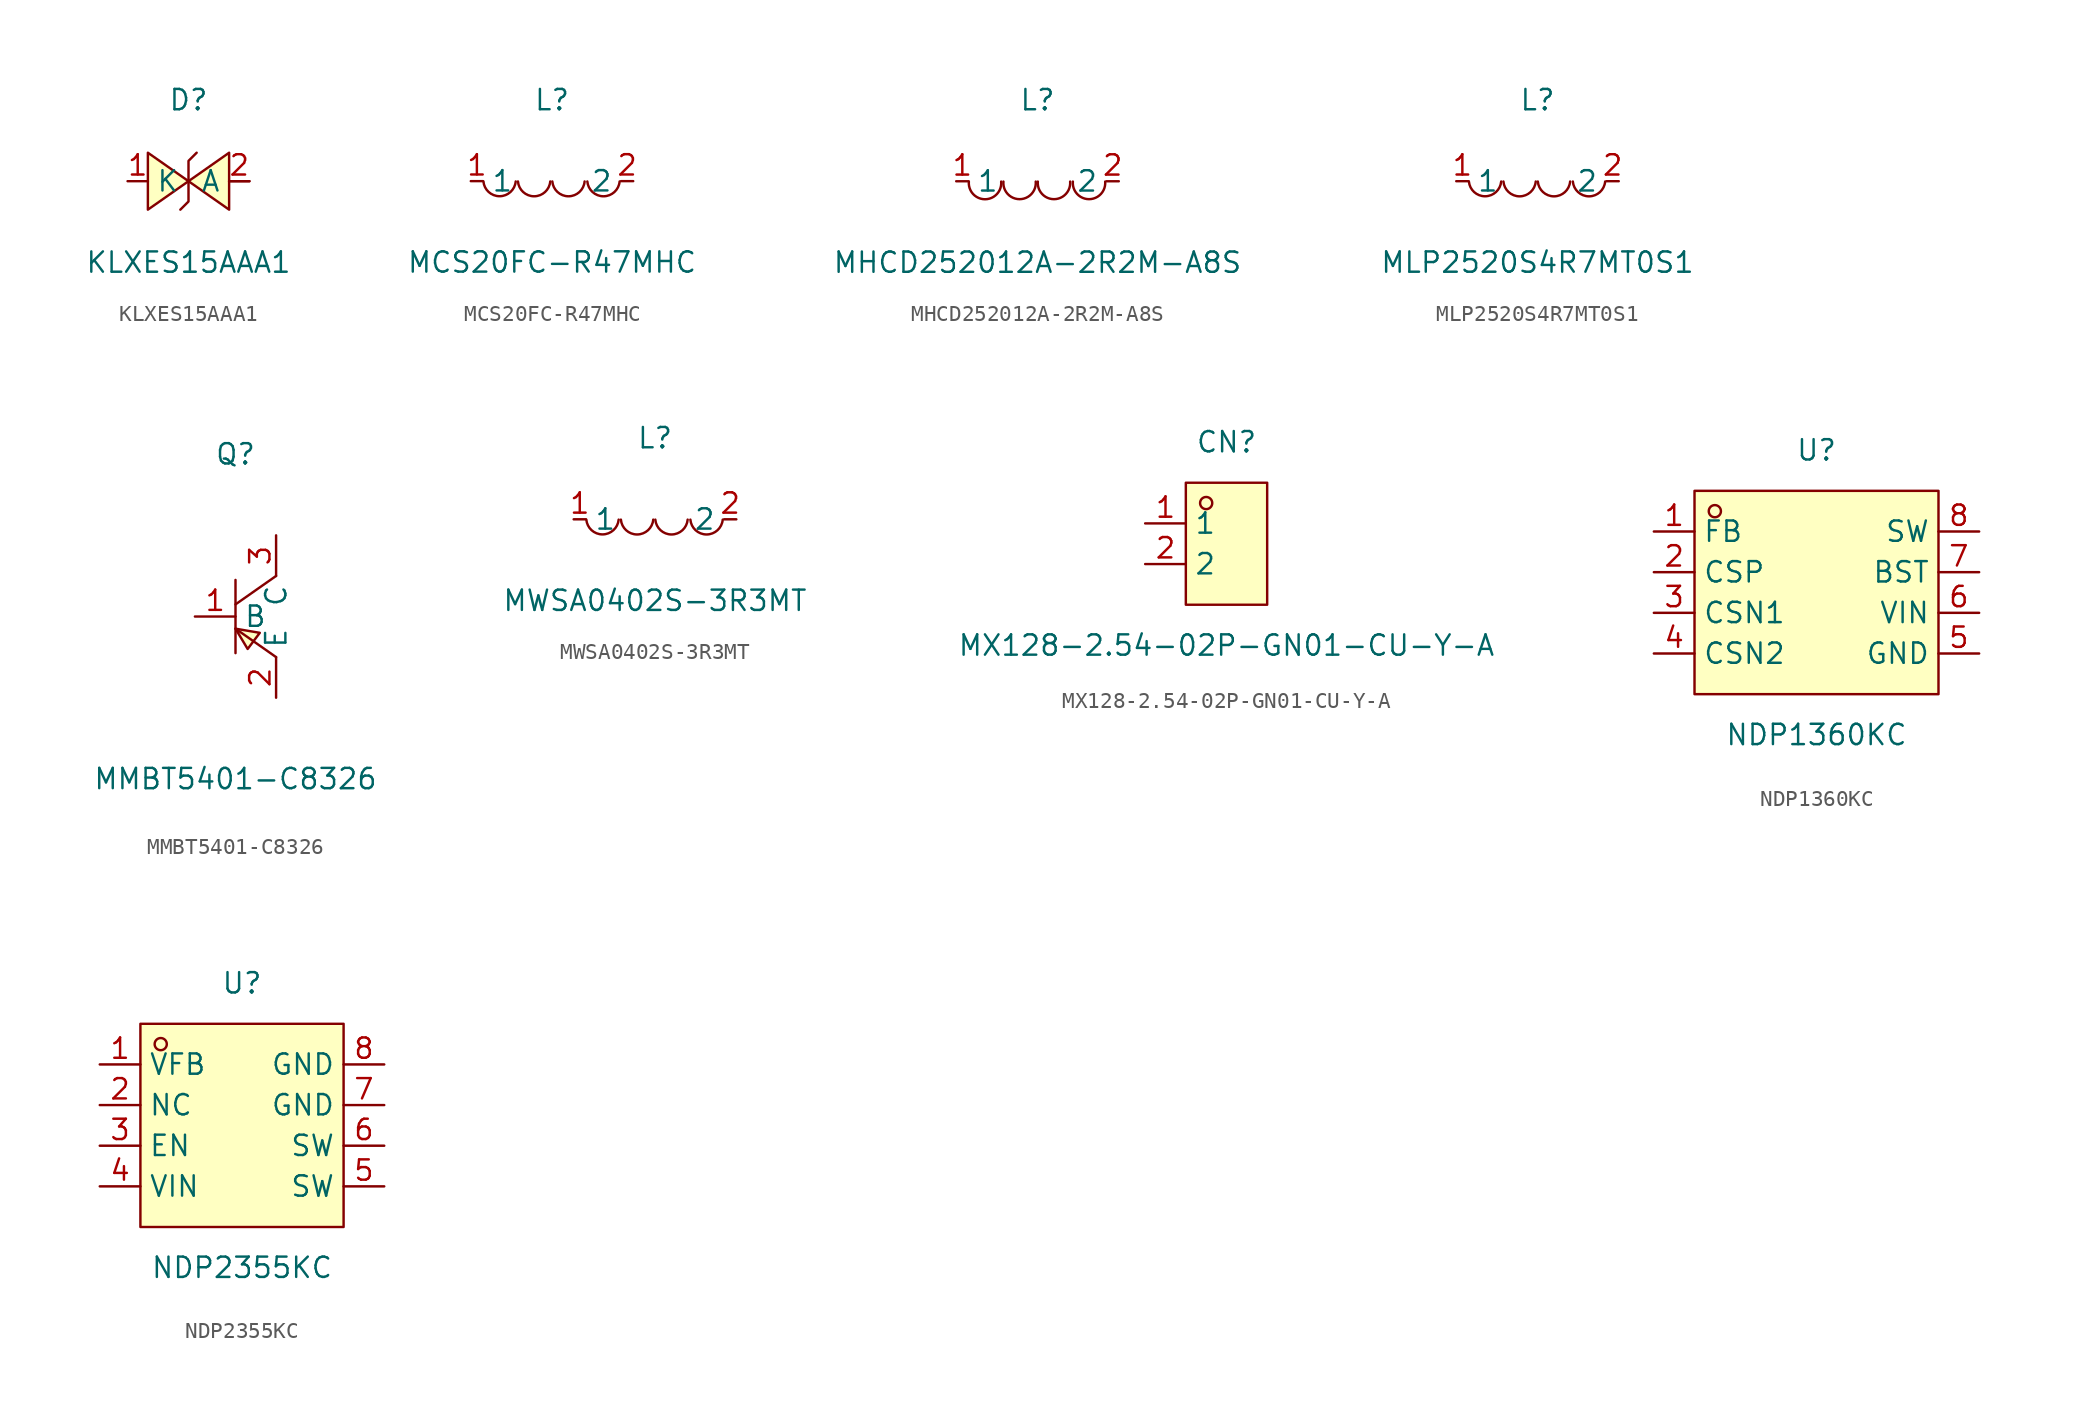
<source format=kicad_sym>
(kicad_symbol_lib
  (version 20241209)
  (generator "kicad_symbol_editor")
  (generator_version "9.0")
  (symbol "KLXES15AAA1"
    (property "Reference" "D"
      (at 0 5.08 0)
      (effects (font (size 1.27 1.27))))
    (property "Value" "KLXES15AAA1"
      (at 0 -5.08 0)
      (effects (font (size 1.27 1.27))))
    (symbol "KLXES15AAA1_0_1"
      (polyline (pts (xy -2.54 -1.78) (xy 0 0) (xy -2.54 1.78) (xy -2.54 -1.78)) (stroke (width 0) (type default)) (fill (type background)))
      (polyline (pts (xy 0.51 1.78) (xy 0 1.27) (xy 0 -1.27) (xy -0.51 -1.78)) (stroke (width 0) (type default)) (fill (type none)))
      (polyline (pts (xy 2.54 1.78) (xy 0 0) (xy 2.54 -1.78) (xy 2.54 1.78)) (stroke (width 0) (type default)) (fill (type background)))
      (polyline (pts (xy 3.81 0) (xy 2.54 0)) (stroke (width 0) (type default)) (fill (type none)))
      (pin unspecified line (at -3.81 0 0) (length 1.27) (name "K" (effects (font (size 1.27 1.27)))) (number "1" (effects (font (size 1.27 1.27)))))
      (pin unspecified line (at 3.81 0 180) (length 1.27) (name "A" (effects (font (size 1.27 1.27)))) (number "2" (effects (font (size 1.27 1.27)))))))
  (symbol "MCS20FC-R47MHC"
    (property "Reference" "L"
      (at 0 5.08 0)
      (effects (font (size 1.27 1.27))))
    (property "Value" "MCS20FC-R47MHC"
      (at 0 -5.08 0)
      (effects (font (size 1.27 1.27))))
    (symbol "MCS20FC-R47MHC_0_1"
      (arc (start -2.27 -0.02) (mid -3.28 -0.9427) (end -4.29 -0.02) (stroke (width 0) (type default)) (fill (type none)))
      (arc (start -0.11 -0.02) (mid -1.12 -0.9471) (end -2.13 -0.02) (stroke (width 0) (type default)) (fill (type none)))
      (arc (start 2.04 -0.02) (mid 1.03 -0.9471) (end 0.02 -0.02) (stroke (width 0) (type default)) (fill (type none)))
      (arc (start 4.23 -0.02) (mid 3.22 -0.9471) (end 2.21 -0.02) (stroke (width 0) (type default)) (fill (type none)))
      (pin unspecified line (at -5.08 0 0) (length 0.762) (name "1" (effects (font (size 1.27 1.27)))) (number "1" (effects (font (size 1.27 1.27)))))
      (pin unspecified line (at 5.08 0 180) (length 0.762) (name "2" (effects (font (size 1.27 1.27)))) (number "2" (effects (font (size 1.27 1.27)))))))
  (symbol "MHCD252012A-2R2M-A8S"
    (property "Reference" "L"
      (at 0 5.08 0)
      (effects (font (size 1.27 1.27))))
    (property "Value" "MHCD252012A-2R2M-A8S"
      (at 0 -5.08 0)
      (effects (font (size 1.27 1.27))))
    (symbol "MHCD252012A-2R2M-A8S_0_1"
      (arc (start -4.29 -0.02) (mid -2.81 -1.01) (end -2.27 -0.02) (stroke (width 0) (type default) (color 0 0 0 0)) (fill (type none)))
      (arc (start -2.13 -0.02) (mid -0.66 -1.01) (end -0.11 -0.02) (stroke (width 0) (type default) (color 0 0 0 0)) (fill (type none)))
      (arc (start 0.02 -0.02) (mid 1.49 -1.01) (end 2.04 -0.02) (stroke (width 0) (type default) (color 0 0 0 0)) (fill (type none)))
      (arc (start 2.21 -0.02) (mid 3.68 -1.01) (end 4.23 -0.02) (stroke (width 0) (type default) (color 0 0 0 0)) (fill (type none)))
      (pin unspecified line (at 5.08 -0.00 180) (length 0.762) (name "2" (effects (font (size 1.27 1.27)))) (number "2" (effects (font (size 1.27 1.27)))))
      (pin unspecified line (at -5.08 -0.00 0) (length 0.762) (name "1" (effects (font (size 1.27 1.27)))) (number "1" (effects (font (size 1.27 1.27)))))))
  (symbol "MLP2520S4R7MT0S1"
    (property "Reference" "L"
      (at 0 5.08 0)
      (effects (font (size 1.27 1.27))))
    (property "Value" "MLP2520S4R7MT0S1"
      (at 0 -5.08 0)
      (effects (font (size 1.27 1.27))))
    (symbol "MLP2520S4R7MT0S1_0_1"
      (arc (start -2.27 -0.02) (mid -3.28 -0.9427) (end -4.29 -0.02) (stroke (width 0) (type default)) (fill (type none)))
      (arc (start -0.11 -0.02) (mid -1.12 -0.9471) (end -2.13 -0.02) (stroke (width 0) (type default)) (fill (type none)))
      (arc (start 2.04 -0.02) (mid 1.03 -0.9471) (end 0.02 -0.02) (stroke (width 0) (type default)) (fill (type none)))
      (arc (start 4.23 -0.02) (mid 3.22 -0.9471) (end 2.21 -0.02) (stroke (width 0) (type default)) (fill (type none)))
      (pin unspecified line (at -5.08 0 0) (length 0.762) (name "1" (effects (font (size 1.27 1.27)))) (number "1" (effects (font (size 1.27 1.27)))))
      (pin unspecified line (at 5.08 0 180) (length 0.762) (name "2" (effects (font (size 1.27 1.27)))) (number "2" (effects (font (size 1.27 1.27)))))))
  (symbol "MMBT5401-C8326"
    (property "Reference" "Q"
      (at 0 10.16 0)
      (effects (font (size 1.27 1.27))))
    (property "Value" "MMBT5401-C8326"
      (at 0 -10.16 0)
      (effects (font (size 1.27 1.27))))
    (symbol "MMBT5401-C8326_0_1"
      (polyline (pts (xy 0 2.29) (xy 0 -2.29)) (stroke (width 0) (type default)) (fill (type none)))
      (polyline (pts (xy 0 -0.76) (xy 2.54 -2.54)) (stroke (width 0) (type default)) (fill (type none)))
      (polyline (pts (xy 0 -0.76) (xy 1.52 -1.02) (xy 0.76 -2.03) (xy 0 -0.76)) (stroke (width 0) (type default)) (fill (type background)))
      (polyline (pts (xy 2.54 2.54) (xy 0 0.76)) (stroke (width 0) (type default)) (fill (type none)))
      (pin unspecified line (at -2.54 0 0) (length 2.54) (name "B" (effects (font (size 1.27 1.27)))) (number "1" (effects (font (size 1.27 1.27)))))
      (pin unspecified line (at 2.54 5.08 270) (length 2.54) (name "C" (effects (font (size 1.27 1.27)))) (number "3" (effects (font (size 1.27 1.27)))))
      (pin unspecified line (at 2.54 -5.08 90) (length 2.54) (name "E" (effects (font (size 1.27 1.27)))) (number "2" (effects (font (size 1.27 1.27)))))))
  (symbol "MWSA0402S-3R3MT"
    (property "Reference" "L"
      (at 0 5.08 0)
      (effects (font (size 1.27 1.27))))
    (property "Value" "MWSA0402S-3R3MT"
      (at 0 -5.08 0)
      (effects (font (size 1.27 1.27))))
    (symbol "MWSA0402S-3R3MT_0_1"
      (arc (start -2.27 -0.02) (mid -3.28 -0.9427) (end -4.29 -0.02) (stroke (width 0) (type default)) (fill (type none)))
      (arc (start -0.11 -0.02) (mid -1.12 -0.9471) (end -2.13 -0.02) (stroke (width 0) (type default)) (fill (type none)))
      (arc (start 2.04 -0.02) (mid 1.03 -0.9471) (end 0.02 -0.02) (stroke (width 0) (type default)) (fill (type none)))
      (arc (start 4.23 -0.02) (mid 3.22 -0.9471) (end 2.21 -0.02) (stroke (width 0) (type default)) (fill (type none)))
      (pin unspecified line (at -5.08 0 0) (length 0.762) (name "1" (effects (font (size 1.27 1.27)))) (number "1" (effects (font (size 1.27 1.27)))))
      (pin unspecified line (at 5.08 0 180) (length 0.762) (name "2" (effects (font (size 1.27 1.27)))) (number "2" (effects (font (size 1.27 1.27)))))))
  (symbol "MX128-2.54-02P-GN01-CU-Y-A"
    (property "Reference" "CN"
      (at 0 6.35 0)
      (effects (font (size 1.27 1.27))))
    (property "Value" "MX128-2.54-02P-GN01-CU-Y-A"
      (at 0 -6.35 0)
      (effects (font (size 1.27 1.27))))
    (symbol "MX128-2.54-02P-GN01-CU-Y-A_0_1"
      (rectangle (start -2.54 3.81) (end 2.54 -3.81) (stroke (width 0) (type default) (color 0 0 0 0)) (fill (type background)))
      (circle (center -1.27 2.54) (radius 0.38) (stroke (width 0) (type default) (color 0 0 0 0)) (fill (type none)))
      (pin unspecified line (at -5.08 1.27 0) (length 2.54) (name "1" (effects (font (size 1.27 1.27)))) (number "1" (effects (font (size 1.27 1.27)))))
      (pin unspecified line (at -5.08 -1.27 0) (length 2.54) (name "2" (effects (font (size 1.27 1.27)))) (number "2" (effects (font (size 1.27 1.27)))))))
  (symbol "NDP1360KC"
    (property "Reference" "U"
      (at 0 8.89 0)
      (effects (font (size 1.27 1.27))))
    (property "Value" "NDP1360KC"
      (at 0 -8.89 0)
      (effects (font (size 1.27 1.27))))
    (symbol "NDP1360KC_0_1"
      (rectangle (start -7.62 6.35) (end 7.62 -6.35) (stroke (width 0) (type default) (color 0 0 0 0)) (fill (type background)))
      (circle (center -6.35 5.08) (radius 0.38) (stroke (width 0) (type default) (color 0 0 0 0)) (fill (type none)))
      (pin unspecified line (at -10.16 3.81 0) (length 2.54) (name "FB" (effects (font (size 1.27 1.27)))) (number "1" (effects (font (size 1.27 1.27)))))
      (pin unspecified line (at -10.16 1.27 0) (length 2.54) (name "CSP" (effects (font (size 1.27 1.27)))) (number "2" (effects (font (size 1.27 1.27)))))
      (pin unspecified line (at -10.16 -1.27 0) (length 2.54) (name "CSN1" (effects (font (size 1.27 1.27)))) (number "3" (effects (font (size 1.27 1.27)))))
      (pin unspecified line (at -10.16 -3.81 0) (length 2.54) (name "CSN2" (effects (font (size 1.27 1.27)))) (number "4" (effects (font (size 1.27 1.27)))))
      (pin unspecified line (at 10.16 -3.81 180) (length 2.54) (name "GND" (effects (font (size 1.27 1.27)))) (number "5" (effects (font (size 1.27 1.27)))))
      (pin unspecified line (at 10.16 -1.27 180) (length 2.54) (name "VIN" (effects (font (size 1.27 1.27)))) (number "6" (effects (font (size 1.27 1.27)))))
      (pin unspecified line (at 10.16 1.27 180) (length 2.54) (name "BST" (effects (font (size 1.27 1.27)))) (number "7" (effects (font (size 1.27 1.27)))))
      (pin unspecified line (at 10.16 3.81 180) (length 2.54) (name "SW" (effects (font (size 1.27 1.27)))) (number "8" (effects (font (size 1.27 1.27)))))))
  (symbol "NDP2355KC"
    (property "Reference" "U"
      (at 0 8.89 0)
      (effects (font (size 1.27 1.27))))
    (property "Value" "NDP2355KC"
      (at 0 -8.89 0)
      (effects (font (size 1.27 1.27))))
    (symbol "NDP2355KC_0_1"
      (rectangle (start -6.35 6.35) (end 6.35 -6.35) (stroke (width 0) (type default) (color 0 0 0 0)) (fill (type background)))
      (circle (center -5.08 5.08) (radius 0.38) (stroke (width 0) (type default) (color 0 0 0 0)) (fill (type none)))
      (pin unspecified line (at -8.89 3.81 0) (length 2.54) (name "VFB" (effects (font (size 1.27 1.27)))) (number "1" (effects (font (size 1.27 1.27)))))
      (pin unspecified line (at -8.89 1.27 0) (length 2.54) (name "NC" (effects (font (size 1.27 1.27)))) (number "2" (effects (font (size 1.27 1.27)))))
      (pin unspecified line (at -8.89 -1.27 0) (length 2.54) (name "EN" (effects (font (size 1.27 1.27)))) (number "3" (effects (font (size 1.27 1.27)))))
      (pin unspecified line (at -8.89 -3.81 0) (length 2.54) (name "VIN" (effects (font (size 1.27 1.27)))) (number "4" (effects (font (size 1.27 1.27)))))
      (pin unspecified line (at 8.89 -3.81 180) (length 2.54) (name "SW" (effects (font (size 1.27 1.27)))) (number "5" (effects (font (size 1.27 1.27)))))
      (pin unspecified line (at 8.89 -1.27 180) (length 2.54) (name "SW" (effects (font (size 1.27 1.27)))) (number "6" (effects (font (size 1.27 1.27)))))
      (pin unspecified line (at 8.89 1.27 180) (length 2.54) (name "GND" (effects (font (size 1.27 1.27)))) (number "7" (effects (font (size 1.27 1.27)))))
      (pin unspecified line (at 8.89 3.81 180) (length 2.54) (name "GND" (effects (font (size 1.27 1.27)))) (number "8" (effects (font (size 1.27 1.27))))))))
</source>
